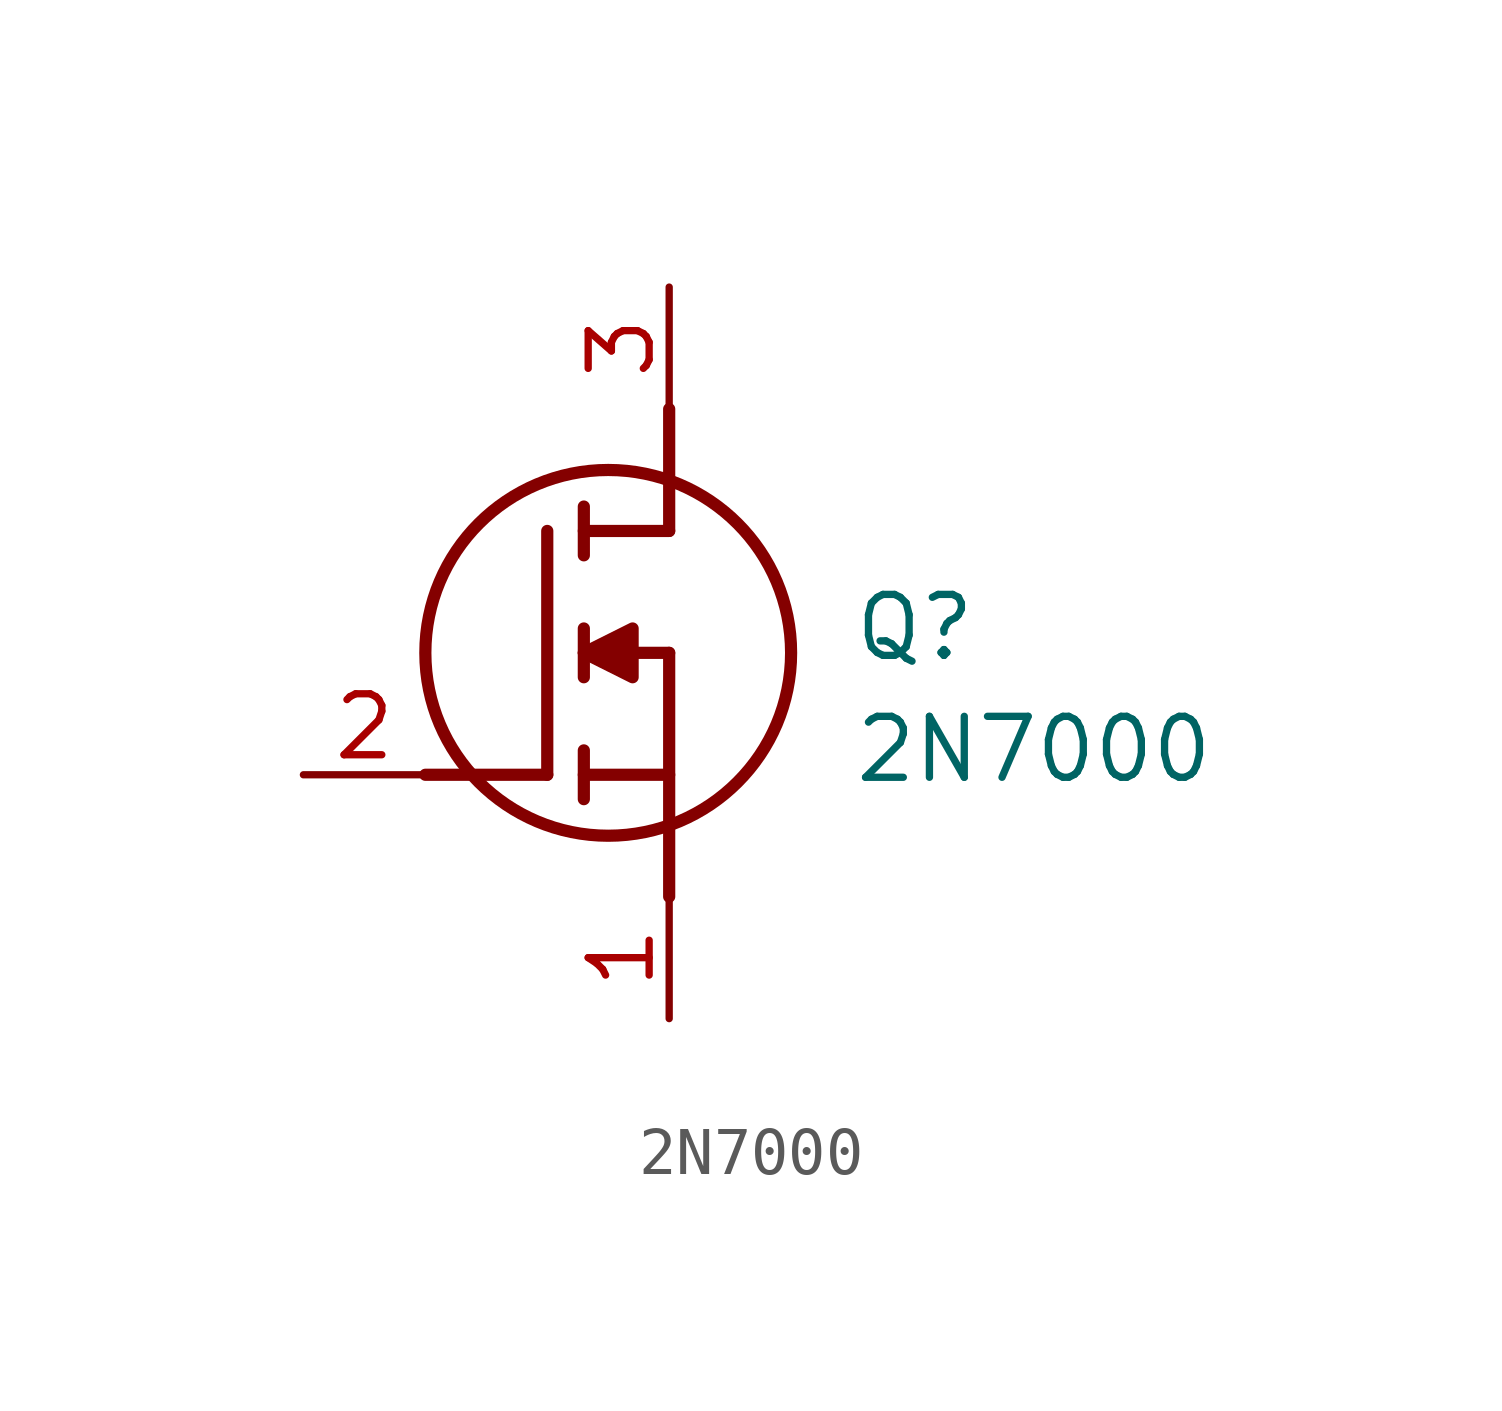
<source format=kicad_sym>
(kicad_symbol_lib
  (version 20211014)
  (generator SamacSys_ECAD_Model)
  (symbol "2N7000"
    (pin_names hide)
    (property "Reference" "Q"
      (at 11.43 3.81 0)
      (effects (font (size 1.27 1.27)) (justify left top)))
    (property "Value" "2N7000"
      (at 11.43 1.27 0)
      (effects (font (size 1.27 1.27)) (justify left top)))
    (polyline
      (pts (xy 7.62 2.54) (xy 7.62 -2.54))
      (stroke (width 0.254) (type default))
      (fill (type none)))
    (polyline
      (pts (xy 7.62 5.08) (xy 7.62 7.62))
      (stroke (width 0.254) (type default))
      (fill (type none)))
    (polyline
      (pts (xy 2.54 0) (xy 5.08 0))
      (stroke (width 0.254) (type default))
      (fill (type none)))
    (polyline
      (pts (xy 5.08 5.08) (xy 5.08 0))
      (stroke (width 0.254) (type default))
      (fill (type none)))
    (polyline
      (pts (xy 7.62 2.54) (xy 5.842 2.54))
      (stroke (width 0.254) (type default))
      (fill (type none)))
    (polyline
      (pts (xy 7.62 5.08) (xy 5.842 5.08))
      (stroke (width 0.254) (type default))
      (fill (type none)))
    (polyline
      (pts (xy 5.842 0) (xy 7.62 0))
      (stroke (width 0.254) (type default))
      (fill (type none)))
    (polyline
      (pts (xy 5.842 5.588) (xy 5.842 4.572))
      (stroke (width 0.254) (type default))
      (fill (type none)))
    (polyline
      (pts (xy 5.842 -0.508) (xy 5.842 0.508))
      (stroke (width 0.254) (type default))
      (fill (type none)))
    (polyline
      (pts (xy 5.842 2.032) (xy 5.842 3.048))
      (stroke (width 0.254) (type default))
      (fill (type none)))
    (circle
      (center 6.35 2.54)
      (radius 3.81)
      (stroke (width 0.254) (type default))
      (fill (type none)))
    (polyline
      (pts (xy 5.842 2.54) (xy 6.858 3.048) (xy 6.858 2.032) (xy 5.842 2.54))
      (stroke (width 0.254) (type default))
      (fill (type outline)))
    (pin passive line
      (at 0 0 0)
      (length 2.54)
      (name "G" (effects (font (size 1.27 1.27))))
      (number "2" (effects (font (size 1.27 1.27)))))
    (pin passive line
      (at 7.62 10.16 270)
      (length 2.54)
      (name "D" (effects (font (size 1.27 1.27))))
      (number "3" (effects (font (size 1.27 1.27)))))
    (pin passive line
      (at 7.62 -5.08 90)
      (length 2.54)
      (name "S" (effects (font (size 1.27 1.27))))
      (number "1" (effects (font (size 1.27 1.27)))))))
</source>
